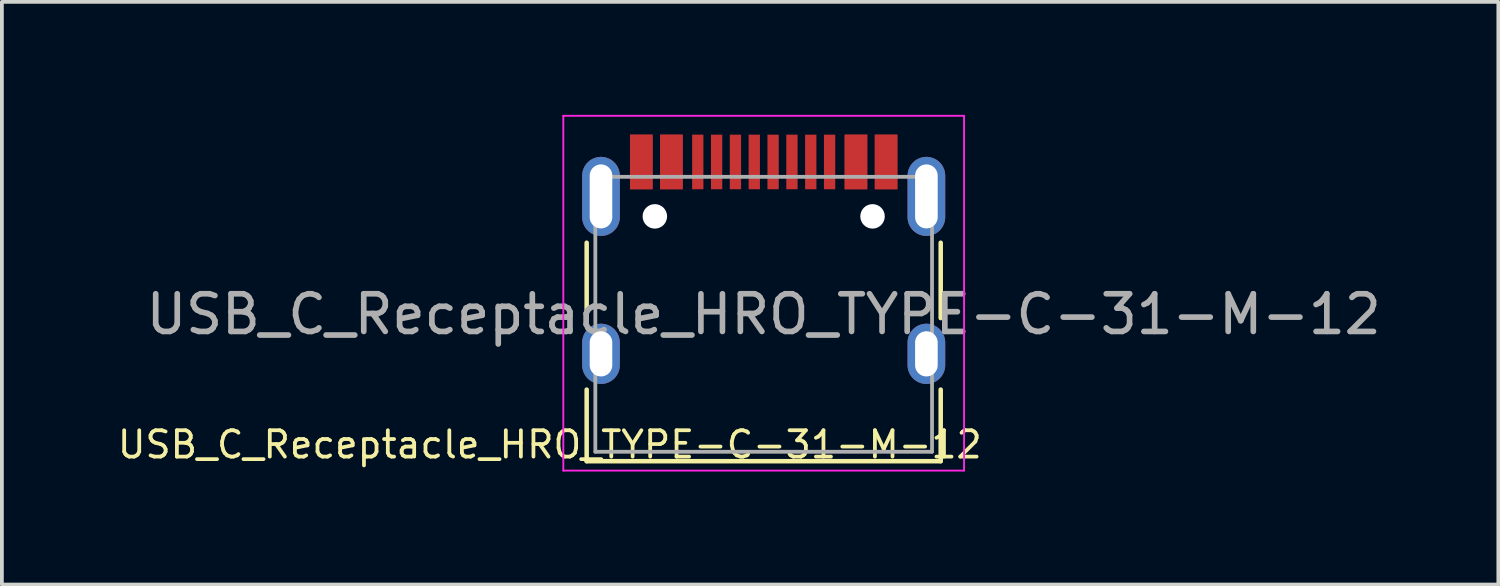
<source format=kicad_pcb>
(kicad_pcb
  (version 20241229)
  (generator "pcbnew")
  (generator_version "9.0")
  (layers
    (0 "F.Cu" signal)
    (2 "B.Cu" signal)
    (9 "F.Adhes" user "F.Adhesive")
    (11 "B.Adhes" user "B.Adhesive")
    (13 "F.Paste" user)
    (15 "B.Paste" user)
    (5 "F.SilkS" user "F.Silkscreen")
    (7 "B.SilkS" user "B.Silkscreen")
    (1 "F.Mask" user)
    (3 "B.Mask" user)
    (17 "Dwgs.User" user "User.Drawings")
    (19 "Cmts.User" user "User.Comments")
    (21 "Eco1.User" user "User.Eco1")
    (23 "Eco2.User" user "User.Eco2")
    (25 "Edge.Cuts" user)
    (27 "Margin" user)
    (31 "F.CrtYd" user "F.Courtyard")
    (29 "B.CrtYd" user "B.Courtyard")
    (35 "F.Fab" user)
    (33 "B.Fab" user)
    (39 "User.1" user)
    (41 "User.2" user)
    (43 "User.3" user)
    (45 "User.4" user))
  (footprint "USB_C_Receptacle_HRO_TYPE-C-31-M-12"
    (layer "F.Cu")
    (at 17.227 5.295)
    (property "Reference" "USB_C_Receptacle_HRO_TYPE-C-31-M-12" (at -5.68 3.46 0) (unlocked yes) (layer "F.SilkS") (effects (font (size 0.7 0.7) (thickness 0.1))))
    (attr smd)
    (fp_line (start -4.7 -1.9) (end -4.7 0.1) (stroke (width 0.12) (type solid)) (layer "F.SilkS"))
    (fp_line (start -4.7 2) (end -4.7 3.9) (stroke (width 0.12) (type solid)) (layer "F.SilkS"))
    (fp_line (start -4.7 3.9) (end 4.7 3.9) (stroke (width 0.12) (type solid)) (layer "F.SilkS"))
    (fp_line (start 4.7 -1.9) (end 4.7 0.1) (stroke (width 0.12) (type solid)) (layer "F.SilkS"))
    (fp_line (start 4.7 2) (end 4.7 3.9) (stroke (width 0.12) (type solid)) (layer "F.SilkS"))
    (fp_line (start -5.32 -5.27) (end -5.32 4.15) (stroke (width 0.05) (type solid)) (layer "F.CrtYd"))
    (fp_line (start -5.32 -5.27) (end 5.32 -5.27) (stroke (width 0.05) (type solid)) (layer "F.CrtYd"))
    (fp_line (start -5.32 4.15) (end 5.32 4.15) (stroke (width 0.05) (type solid)) (layer "F.CrtYd"))
    (fp_line (start 5.32 -5.27) (end 5.32 4.15) (stroke (width 0.05) (type solid)) (layer "F.CrtYd"))
    (fp_line (start -4.47 -3.65) (end -4.47 3.65) (stroke (width 0.1) (type solid)) (layer "F.Fab"))
    (fp_line (start -4.47 -3.65) (end 4.47 -3.65) (stroke (width 0.1) (type solid)) (layer "F.Fab"))
    (fp_line (start -4.47 3.65) (end 4.47 3.65) (stroke (width 0.1) (type solid)) (layer "F.Fab"))
    (fp_line (start 4.47 -3.65) (end 4.47 3.65) (stroke (width 0.1) (type solid)) (layer "F.Fab"))
    (fp_text user "${REFERENCE}" (at 0 0 0) (unlocked yes) (layer "F.Fab") (effects (font (size 1 1) (thickness 0.15))))
    (pad "" np_thru_hole circle (at -2.89 -2.6) (size 0.65 0.65) (drill 0.65) (layers "*.Cu" "*.Mask"))
    (pad "" np_thru_hole circle (at 2.89 -2.6) (size 0.65 0.65) (drill 0.65) (layers "*.Cu" "*.Mask"))
    (pad "A1" smd rect (at -3.25 -4.045) (size 0.6 1.45) (layers "F.Cu" "F.Mask" "F.Paste"))
    (pad "A4" smd rect (at -2.45 -4.045) (size 0.6 1.45) (layers "F.Cu" "F.Mask" "F.Paste"))
    (pad "A5" smd rect (at -1.25 -4.045) (size 0.3 1.45) (layers "F.Cu" "F.Mask" "F.Paste"))
    (pad "A6" smd rect (at -0.25 -4.045) (size 0.3 1.45) (layers "F.Cu" "F.Mask" "F.Paste"))
    (pad "A7" smd rect (at 0.25 -4.045) (size 0.3 1.45) (layers "F.Cu" "F.Mask" "F.Paste"))
    (pad "A8" smd rect (at 1.25 -4.045) (size 0.3 1.45) (layers "F.Cu" "F.Mask" "F.Paste"))
    (pad "A9" smd rect (at 2.45 -4.045) (size 0.6 1.45) (layers "F.Cu" "F.Mask" "F.Paste"))
    (pad "A12" smd rect (at 3.25 -4.045) (size 0.6 1.45) (layers "F.Cu" "F.Mask" "F.Paste"))
    (pad "B1" smd rect (at 3.25 -4.045) (size 0.6 1.45) (layers "F.Cu" "F.Mask" "F.Paste"))
    (pad "B4" smd rect (at 2.45 -4.045) (size 0.6 1.45) (layers "F.Cu" "F.Mask" "F.Paste"))
    (pad "B5" smd rect (at 1.75 -4.045) (size 0.3 1.45) (layers "F.Cu" "F.Mask" "F.Paste"))
    (pad "B6" smd rect (at 0.75 -4.045) (size 0.3 1.45) (layers "F.Cu" "F.Mask" "F.Paste"))
    (pad "B7" smd rect (at -0.75 -4.045) (size 0.3 1.45) (layers "F.Cu" "F.Mask" "F.Paste"))
    (pad "B8" smd rect (at -1.75 -4.045) (size 0.3 1.45) (layers "F.Cu" "F.Mask" "F.Paste"))
    (pad "B9" smd rect (at -2.45 -4.045) (size 0.6 1.45) (layers "F.Cu" "F.Mask" "F.Paste"))
    (pad "B12" smd rect (at -3.25 -4.045) (size 0.6 1.45) (layers "F.Cu" "F.Mask" "F.Paste"))
    (pad "S1" thru_hole oval (at -4.32 -3.13) (size 1 2.1) (drill oval 0.6 1.7) (layers "*.Cu" "*.Mask"))
    (pad "S1" thru_hole oval (at -4.32 1.05) (size 1 1.6) (drill oval 0.6 1.2) (layers "*.Cu" "*.Mask"))
    (pad "S1" thru_hole oval (at 4.32 -3.13) (size 1 2.1) (drill oval 0.6 1.7) (layers "*.Cu" "*.Mask"))
    (pad "S1" thru_hole oval (at 4.32 1.05) (size 1 1.6) (drill oval 0.6 1.2) (layers "*.Cu" "*.Mask")))
  (gr_rect
    (start -3 -3)
    (end 36.733 12.47)
    (stroke (width 0.1) (type default))
    (fill no)
    (layer "Edge.Cuts")))
</source>
